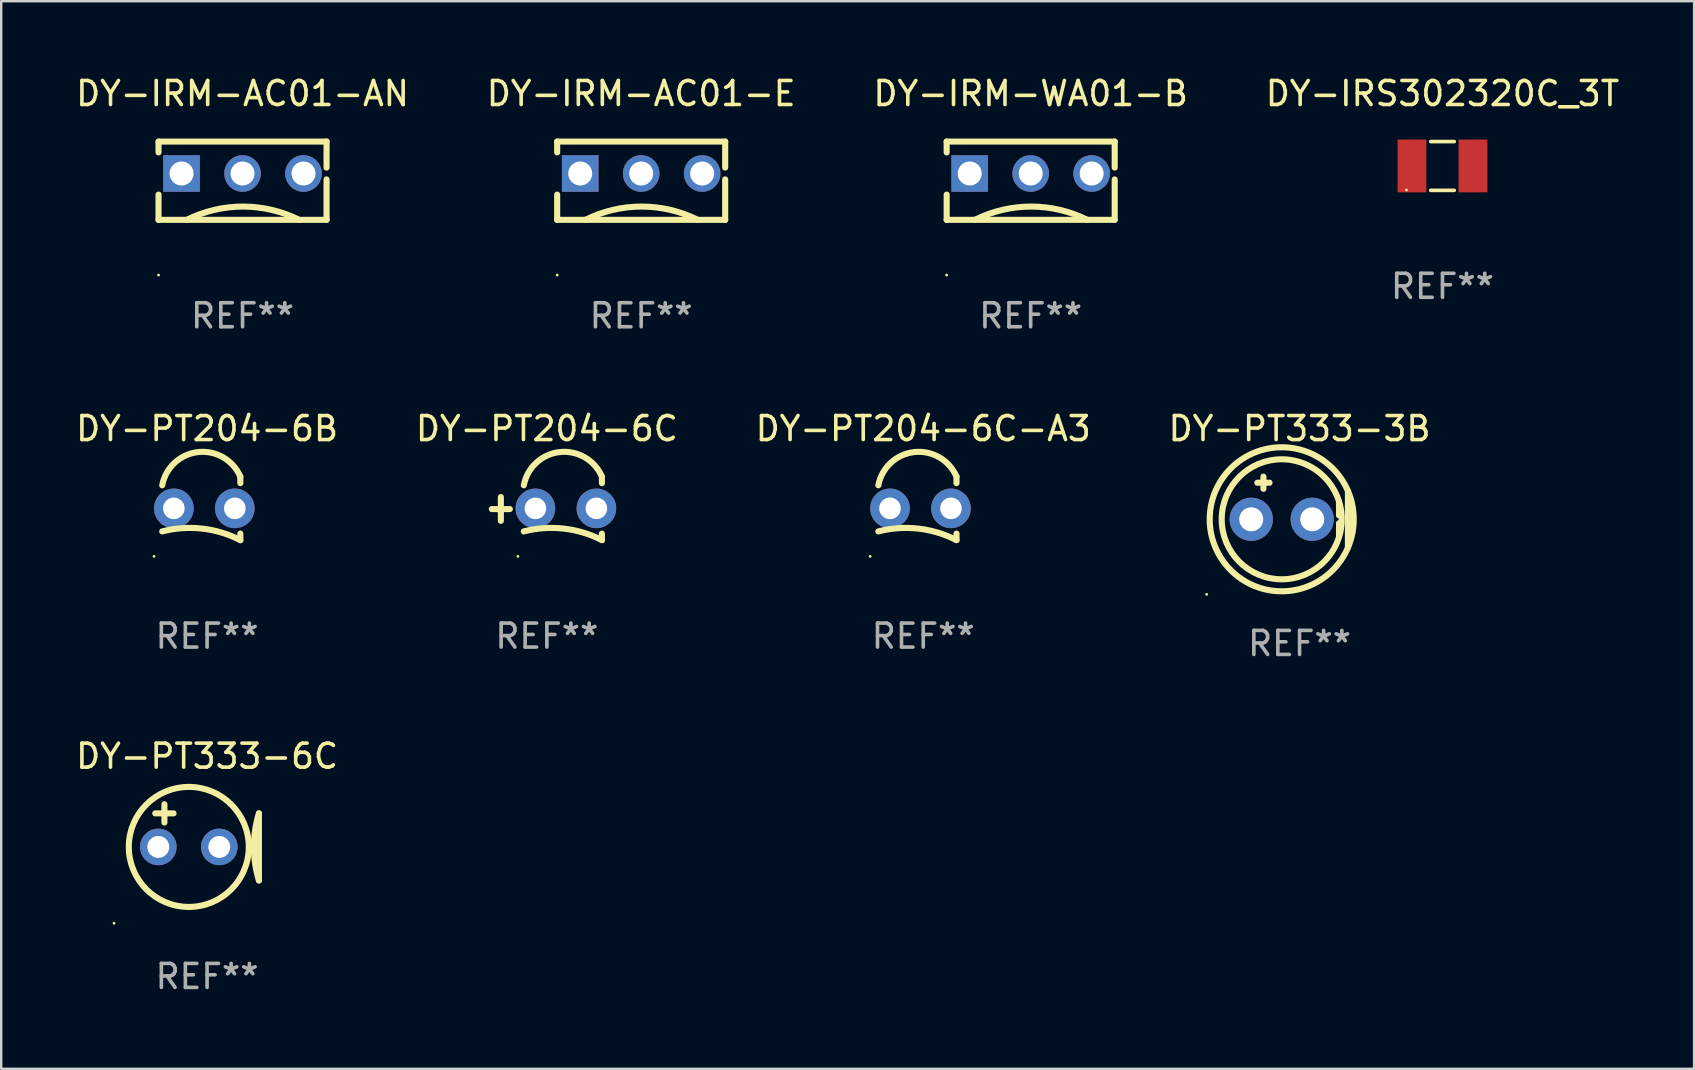
<source format=kicad_pcb>
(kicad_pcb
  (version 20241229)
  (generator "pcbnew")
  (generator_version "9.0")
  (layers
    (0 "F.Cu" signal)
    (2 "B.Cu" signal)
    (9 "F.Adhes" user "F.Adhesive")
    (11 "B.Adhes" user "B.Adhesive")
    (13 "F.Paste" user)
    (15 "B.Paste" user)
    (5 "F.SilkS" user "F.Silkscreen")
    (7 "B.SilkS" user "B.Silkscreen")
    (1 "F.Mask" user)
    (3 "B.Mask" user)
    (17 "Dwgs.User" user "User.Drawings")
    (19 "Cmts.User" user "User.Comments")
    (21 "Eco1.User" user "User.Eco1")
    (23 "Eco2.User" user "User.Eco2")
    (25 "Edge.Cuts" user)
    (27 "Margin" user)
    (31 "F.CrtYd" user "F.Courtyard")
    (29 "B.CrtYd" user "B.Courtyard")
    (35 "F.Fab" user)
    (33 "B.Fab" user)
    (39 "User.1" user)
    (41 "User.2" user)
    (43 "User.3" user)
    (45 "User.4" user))
  (footprint "DY-IRM-WA01-B"
    (layer "F.Cu")
    (at 39.887 4.478)
    (property "Reference" "DY-IRM-WA01-B" (at 0 -3.63 0) (layer "F.SilkS") (effects (font (size 1 1) (thickness 0.15))))
    (attr through_hole)
    (fp_line (start -3.5 -1.63) (end -3.5 -1.179) (stroke (width 0.254) (type solid)) (layer "F.SilkS"))
    (fp_line (start -3.5 0.579) (end -3.5 1.63) (stroke (width 0.254) (type solid)) (layer "F.SilkS"))
    (fp_line (start 3.5 -1.63) (end -3.5 -1.63) (stroke (width 0.254) (type solid)) (layer "F.SilkS"))
    (fp_line (start 3.5 -1.63) (end 3.5 -0.547) (stroke (width 0.254) (type solid)) (layer "F.SilkS"))
    (fp_line (start 3.5 -0.053) (end 3.5 1.63) (stroke (width 0.254) (type solid)) (layer "F.SilkS"))
    (fp_line (start 3.5 1.63) (end -3.5 1.63) (stroke (width 0.254) (type solid)) (layer "F.SilkS"))
    (fp_arc (start -2.322022 1.629997) (mid 0.018415 1.077495) (end 2.358852 1.629997) (stroke (width 0.254001) (type solid)) (layer "F.SilkS"))
    (fp_circle (center -3.5 3.93) (end -3.47 3.93) (stroke (width 0.06) (type solid)) (fill no) (layer "F.SilkS"))
    (fp_text user "REF**" (at 0 5.63 0) (layer "F.Fab") (effects (font (size 1 1) (thickness 0.15))))
    (pad "1" thru_hole rect (at -2.54 -0.3) (size 1.524 1.524) (drill 1) (layers "*.Cu" "*.Mask"))
    (pad "2" thru_hole circle (at 0 -0.3) (size 1.524 1.524) (drill 1) (layers "*.Cu" "*.Mask"))
    (pad "3" thru_hole circle (at 2.54 -0.3) (size 1.524 1.524) (drill 1) (layers "*.Cu" "*.Mask")))
  (footprint "DY-IRM-AC01-E"
    (layer "F.Cu")
    (at 23.661 4.478)
    (property "Reference" "DY-IRM-AC01-E" (at 0 -3.63 0) (layer "F.SilkS") (effects (font (size 1 1) (thickness 0.15))))
    (attr through_hole)
    (fp_line (start -3.5 -1.63) (end -3.5 -1.179) (stroke (width 0.254) (type solid)) (layer "F.SilkS"))
    (fp_line (start -3.5 0.579) (end -3.5 1.63) (stroke (width 0.254) (type solid)) (layer "F.SilkS"))
    (fp_line (start 3.5 -1.63) (end -3.5 -1.63) (stroke (width 0.254) (type solid)) (layer "F.SilkS"))
    (fp_line (start 3.5 -1.63) (end 3.5 -0.547) (stroke (width 0.254) (type solid)) (layer "F.SilkS"))
    (fp_line (start 3.5 -0.053) (end 3.5 1.63) (stroke (width 0.254) (type solid)) (layer "F.SilkS"))
    (fp_line (start 3.5 1.63) (end -3.5 1.63) (stroke (width 0.254) (type solid)) (layer "F.SilkS"))
    (fp_arc (start -2.322022 1.629997) (mid 0.018415 1.077495) (end 2.358852 1.629997) (stroke (width 0.254001) (type solid)) (layer "F.SilkS"))
    (fp_circle (center -3.5 3.93) (end -3.47 3.93) (stroke (width 0.06) (type solid)) (fill no) (layer "F.SilkS"))
    (fp_text user "REF**" (at 0 5.63 0) (layer "F.Fab") (effects (font (size 1 1) (thickness 0.15))))
    (pad "1" thru_hole rect (at -2.54 -0.3) (size 1.524 1.524) (drill 1) (layers "*.Cu" "*.Mask"))
    (pad "2" thru_hole circle (at 0 -0.3) (size 1.524 1.524) (drill 1) (layers "*.Cu" "*.Mask"))
    (pad "3" thru_hole circle (at 2.54 -0.3) (size 1.524 1.524) (drill 1) (layers "*.Cu" "*.Mask")))
  (footprint "DY-PT204-6B"
    (layer "F.Cu")
    (at 5.577 18.128)
    (property "Reference" "DY-PT204-6B" (at 0 -3.323 0) (layer "F.SilkS") (effects (font (size 1 1) (thickness 0.15))))
    (attr through_hole)
    (fp_line (start 1.385 -1.051) (end 1.385 -1.323) (stroke (width 0.254) (type solid)) (layer "F.SilkS"))
    (fp_line (start 1.385 1.323) (end 1.385 1.051) (stroke (width 0.254) (type solid)) (layer "F.SilkS"))
    (fp_arc (start -1.869406 0.960224) (mid -0.208941 0.843072) (end 1.385001 1.322885) (stroke (width 0.254001) (type solid)) (layer "F.SilkS"))
    (fp_arc (start -1.869405 -0.960224) (mid -0.376294 -2.344856) (end 1.385001 -1.322885) (stroke (width 0.254001) (type solid)) (layer "F.SilkS"))
    (fp_circle (center -2.211 2) (end -2.181 2) (stroke (width 0.06) (type solid)) (fill no) (layer "F.SilkS"))
    (fp_text user "REF**" (at 0 5.323 0) (layer "F.Fab") (effects (font (size 1 1) (thickness 0.15))))
    (pad "1" thru_hole circle (at -1.385 0) (size 1.651 1.651) (drill 0.9) (layers "*.Cu" "*.Mask"))
    (pad "2" thru_hole circle (at 1.155 0) (size 1.651 1.651) (drill 0.9) (layers "*.Cu" "*.Mask")))
  (footprint "DY-PT333-6C"
    (layer "F.Cu")
    (at 5.577 32.041)
    (property "Reference" "DY-PT333-6C" (at 0 -3.588 0) (layer "F.SilkS") (effects (font (size 1 1) (thickness 0.15))))
    (attr through_hole)
    (fp_line (start -2.159 -1.207) (end -1.397 -1.207) (stroke (width 0.254) (type solid)) (layer "F.SilkS"))
    (fp_line (start -1.778 -0.826) (end -1.778 -1.588) (stroke (width 0.254) (type solid)) (layer "F.SilkS"))
    (fp_line (start 2.159 -1.207) (end 2.159 1.588) (stroke (width 0.254) (type solid)) (layer "F.SilkS"))
    (fp_arc (start 2.159005 1.587504) (mid 1.950538 0.190501) (end 2.159004 -1.206502) (stroke (width 0.254001) (type solid)) (layer "F.SilkS"))
    (fp_circle (center -3.877 3.37) (end -3.847 3.37) (stroke (width 0.06) (type solid)) (fill no) (layer "F.SilkS"))
    (fp_circle (center -0.762 0.191) (end 1.738 0.191) (stroke (width 0.254) (type solid)) (fill no) (layer "F.SilkS"))
    (fp_text user "REF**" (at 0 5.588 0) (layer "F.Fab") (effects (font (size 1 1) (thickness 0.15))))
    (pad "1" thru_hole circle (at -2.032 0.191) (size 1.524 1.524) (drill 0.914) (layers "*.Cu" "*.Mask"))
    (pad "2" thru_hole circle (at 0.508 0.191) (size 1.524 1.524) (drill 0.914) (layers "*.Cu" "*.Mask")))
  (footprint "DY-PT204-6C-A3"
    (layer "F.Cu")
    (at 35.411 18.128)
    (property "Reference" "DY-PT204-6C-A3" (at 0 -3.323 0) (layer "F.SilkS") (effects (font (size 1 1) (thickness 0.15))))
    (attr through_hole)
    (fp_line (start 1.385 -1.051) (end 1.385 -1.323) (stroke (width 0.254) (type solid)) (layer "F.SilkS"))
    (fp_line (start 1.385 1.323) (end 1.385 1.051) (stroke (width 0.254) (type solid)) (layer "F.SilkS"))
    (fp_arc (start -1.869406 0.960224) (mid -0.208941 0.843072) (end 1.385001 1.322885) (stroke (width 0.254001) (type solid)) (layer "F.SilkS"))
    (fp_arc (start -1.869405 -0.960224) (mid -0.376294 -2.344856) (end 1.385001 -1.322885) (stroke (width 0.254001) (type solid)) (layer "F.SilkS"))
    (fp_circle (center -2.211 2) (end -2.181 2) (stroke (width 0.06) (type solid)) (fill no) (layer "F.SilkS"))
    (fp_text user "REF**" (at 0 5.323 0) (layer "F.Fab") (effects (font (size 1 1) (thickness 0.15))))
    (pad "1" thru_hole circle (at -1.385 0) (size 1.651 1.651) (drill 0.9) (layers "*.Cu" "*.Mask"))
    (pad "2" thru_hole circle (at 1.155 0) (size 1.651 1.651) (drill 0.9) (layers "*.Cu" "*.Mask")))
  (footprint "DY-IRM-AC01-AN"
    (layer "F.Cu")
    (at 7.054 4.478)
    (property "Reference" "DY-IRM-AC01-AN" (at 0 -3.63 0) (layer "F.SilkS") (effects (font (size 1 1) (thickness 0.15))))
    (attr through_hole)
    (fp_line (start -3.5 -1.63) (end -3.5 -1.179) (stroke (width 0.254) (type solid)) (layer "F.SilkS"))
    (fp_line (start -3.5 0.579) (end -3.5 1.63) (stroke (width 0.254) (type solid)) (layer "F.SilkS"))
    (fp_line (start 3.5 -1.63) (end -3.5 -1.63) (stroke (width 0.254) (type solid)) (layer "F.SilkS"))
    (fp_line (start 3.5 -1.63) (end 3.5 -0.547) (stroke (width 0.254) (type solid)) (layer "F.SilkS"))
    (fp_line (start 3.5 -0.053) (end 3.5 1.63) (stroke (width 0.254) (type solid)) (layer "F.SilkS"))
    (fp_line (start 3.5 1.63) (end -3.5 1.63) (stroke (width 0.254) (type solid)) (layer "F.SilkS"))
    (fp_arc (start -2.322022 1.629997) (mid 0.018415 1.077495) (end 2.358852 1.629997) (stroke (width 0.254001) (type solid)) (layer "F.SilkS"))
    (fp_circle (center -3.5 3.93) (end -3.47 3.93) (stroke (width 0.06) (type solid)) (fill no) (layer "F.SilkS"))
    (fp_text user "REF**" (at 0 5.63 0) (layer "F.Fab") (effects (font (size 1 1) (thickness 0.15))))
    (pad "1" thru_hole rect (at -2.54 -0.3) (size 1.524 1.524) (drill 1) (layers "*.Cu" "*.Mask"))
    (pad "2" thru_hole circle (at 0 -0.3) (size 1.524 1.524) (drill 1) (layers "*.Cu" "*.Mask"))
    (pad "3" thru_hole circle (at 2.54 -0.3) (size 1.524 1.524) (drill 1) (layers "*.Cu" "*.Mask")))
  (footprint "DY-PT204-6C"
    (layer "F.Cu")
    (at 19.732 18.128)
    (property "Reference" "DY-PT204-6C" (at 0 -3.323 0) (layer "F.SilkS") (effects (font (size 1 1) (thickness 0.15))))
    (attr through_hole)
    (fp_line (start -1.917 0.52) (end -1.917 -0.47) (stroke (width 0.254) (type solid)) (layer "F.SilkS"))
    (fp_line (start -1.543 0.03) (end -2.293 0.03) (stroke (width 0.254) (type solid)) (layer "F.SilkS"))
    (fp_line (start 2.293 -1.051) (end 2.293 -1.323) (stroke (width 0.254) (type solid)) (layer "F.SilkS"))
    (fp_line (start 2.293 1.323) (end 2.293 1.051) (stroke (width 0.254) (type solid)) (layer "F.SilkS"))
    (fp_arc (start -0.96124 0.960224) (mid 0.699225 0.843072) (end 2.293167 1.322885) (stroke (width 0.254001) (type solid)) (layer "F.SilkS"))
    (fp_arc (start -0.961239 -0.960224) (mid 0.531872 -2.344856) (end 2.293167 -1.322885) (stroke (width 0.254001) (type solid)) (layer "F.SilkS"))
    (fp_circle (center -1.207 2) (end -1.177 2) (stroke (width 0.06) (type solid)) (fill no) (layer "F.SilkS"))
    (fp_text user "REF**" (at 0 5.323 0) (layer "F.Fab") (effects (font (size 1 1) (thickness 0.15))))
    (pad "1" thru_hole circle (at -0.477 0) (size 1.651 1.651) (drill 0.9) (layers "*.Cu" "*.Mask"))
    (pad "2" thru_hole circle (at 2.063 0) (size 1.651 1.651) (drill 0.9) (layers "*.Cu" "*.Mask")))
  (footprint "DY-PT333-3B"
    (layer "F.Cu")
    (at 51.089 18.281)
    (property "Reference" "DY-PT333-3B" (at 0 -3.476 0) (layer "F.SilkS") (effects (font (size 1 1) (thickness 0.15))))
    (attr through_hole)
    (fp_line (start -1.76 -1.222) (end -1.252 -1.222) (stroke (width 0.254) (type solid)) (layer "F.SilkS"))
    (fp_line (start -1.506 -1.476) (end -1.506 -0.968) (stroke (width 0.254) (type solid)) (layer "F.SilkS"))
    (fp_line (start 1.643 -0.44) (end 1.643 0.138) (stroke (width 0.254) (type solid)) (layer "F.SilkS"))
    (fp_line (start 1.643 0.466) (end 1.643 1.011) (stroke (width 0.254) (type solid)) (layer "F.SilkS"))
    (fp_line (start 2.014 -0.878) (end 2.014 1.476) (stroke (width 0.254) (type solid)) (layer "F.SilkS"))
    (fp_circle (center -3.871 3.429) (end -3.841 3.429) (stroke (width 0.06) (type solid)) (fill no) (layer "F.SilkS"))
    (fp_circle (center -0.744 0.302) (end 1.756 0.302) (stroke (width 0.254) (type solid)) (fill no) (layer "F.SilkS"))
    (fp_circle (center -0.744 0.302) (end 2.256 0.302) (stroke (width 0.254) (type solid)) (fill no) (layer "F.SilkS"))
    (fp_text user "REF**" (at 0 5.476 0) (layer "F.Fab") (effects (font (size 1 1) (thickness 0.15))))
    (pad "1" thru_hole circle (at -2.014 0.302) (size 1.8 1.8) (drill 1) (layers "*.Cu" "*.Mask"))
    (pad "2" thru_hole circle (at 0.526 0.302) (size 1.8 1.8) (drill 1) (layers "*.Cu" "*.Mask")))
  (footprint "DY-IRS302320C_3T"
    (layer "F.Cu")
    (at 57.042 3.864)
    (property "Reference" "DY-IRS302320C_3T" (at 0 -3.016 0) (layer "F.SilkS") (effects (font (size 1 1) (thickness 0.15))))
    (attr through_hole)
    (fp_line (start -0.49 -1.016) (end 0.49 -1.016) (stroke (width 0.152) (type solid)) (layer "F.SilkS"))
    (fp_line (start -0.49 1.016) (end 0.49 1.016) (stroke (width 0.152) (type solid)) (layer "F.SilkS"))
    (fp_circle (center -1.5 1) (end -1.47 1) (stroke (width 0.06) (type solid)) (fill no) (layer "F.SilkS"))
    (fp_text user "REF**" (at 0 5.016 0) (layer "F.Fab") (effects (font (size 1 1) (thickness 0.15))))
    (pad "1" smd rect (at -1.27 0) (size 1.2 2.2) (layers "F.Cu" "F.Mask" "F.Paste"))
    (pad "2" smd rect (at 1.27 0) (size 1.2 2.2) (layers "F.Cu" "F.Mask" "F.Paste")))
  (gr_rect
    (start -3 -3)
    (end 67.524 41.476)
    (stroke (width 0.1) (type default))
    (fill no)
    (layer "Edge.Cuts")))
</source>
